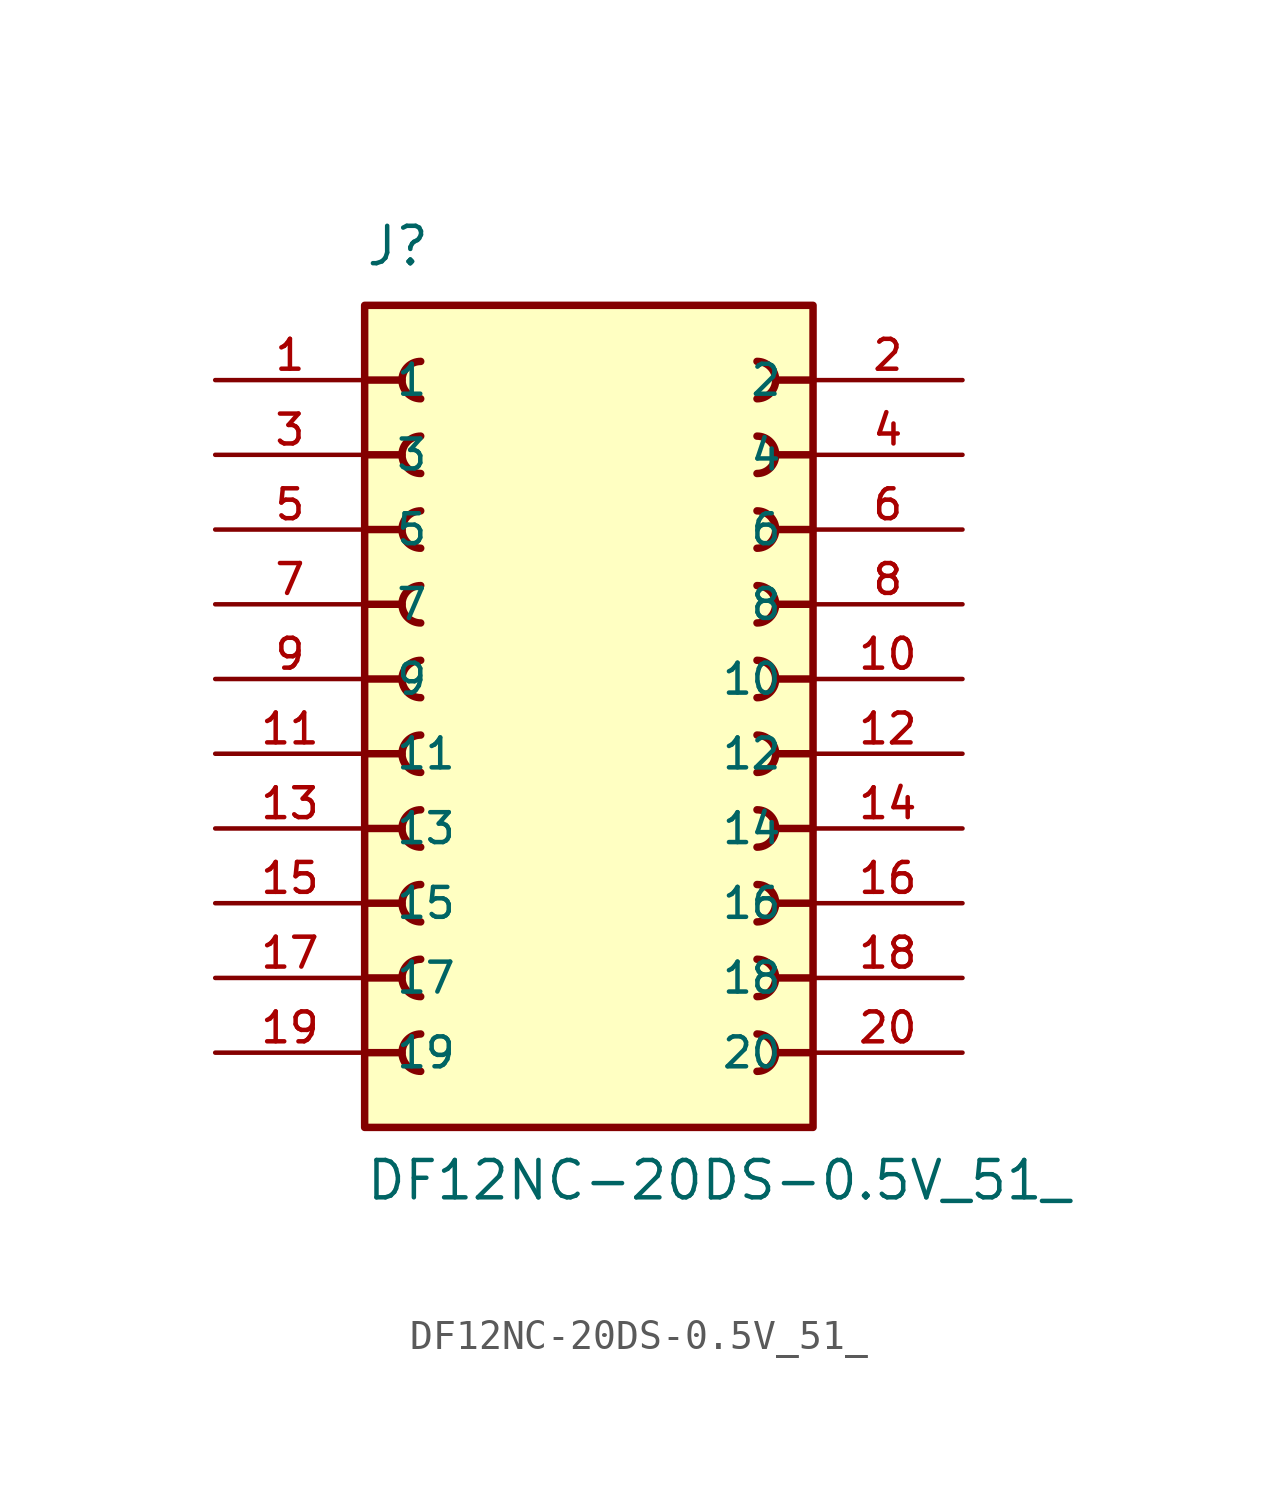
<source format=kicad_sym>
(kicad_symbol_lib
  (version 20211014)
  (generator kicad_symbol_editor)
  (symbol "DF12NC-20DS-0.5V_51_"
    (pin_names
      (offset 1.016))
    (property "Reference" "J"
      (at -7.62 13.97 0)
      (effects (font (size 1.27 1.27)) (justify bottom left)))
    (property "Value" "DF12NC-20DS-0.5V_51_"
      (at -7.62 -17.78 0)
      (effects (font (size 1.27 1.27)) (justify bottom left)))
    (symbol "DF12NC-20DS-0.5V_51__0_0"
      (polyline (pts (xy 7.62 10.16) (xy 6.35 10.16)) (stroke (width 0.254)))
      (arc (start 5.715 9.525) (mid 6.35 10.16) (end 5.715 10.795) (stroke (width 0.254) (type default) (color 0 0 0 0)) (fill (type none)))
      (polyline (pts (xy 7.62 7.62) (xy 6.35 7.62)) (stroke (width 0.254)))
      (arc (start 5.715 6.985) (mid 6.35 7.62) (end 5.715 8.255) (stroke (width 0.254) (type default) (color 0 0 0 0)) (fill (type none)))
      (polyline (pts (xy 7.62 5.08) (xy 6.35 5.08)) (stroke (width 0.254)))
      (arc (start 5.715 4.445) (mid 6.35 5.08) (end 5.715 5.715) (stroke (width 0.254) (type default) (color 0 0 0 0)) (fill (type none)))
      (polyline (pts (xy 7.62 2.54) (xy 6.35 2.54)) (stroke (width 0.254)))
      (arc (start 5.715 1.905) (mid 6.35 2.54) (end 5.715 3.175) (stroke (width 0.254) (type default) (color 0 0 0 0)) (fill (type none)))
      (polyline (pts (xy 7.62 0.0) (xy 6.35 0.0)) (stroke (width 0.254)))
      (arc (start 5.715 -0.635) (mid 6.35 0.0) (end 5.715 0.635) (stroke (width 0.254) (type default) (color 0 0 0 0)) (fill (type none)))
      (polyline (pts (xy 7.62 -2.54) (xy 6.35 -2.54)) (stroke (width 0.254)))
      (arc (start 5.715 -3.175) (mid 6.35 -2.54) (end 5.715 -1.905) (stroke (width 0.254) (type default) (color 0 0 0 0)) (fill (type none)))
      (polyline (pts (xy 7.62 -5.08) (xy 6.35 -5.08)) (stroke (width 0.254)))
      (arc (start 5.715 -5.715) (mid 6.35 -5.08) (end 5.715 -4.445) (stroke (width 0.254) (type default) (color 0 0 0 0)) (fill (type none)))
      (polyline (pts (xy 7.62 -7.62) (xy 6.35 -7.62)) (stroke (width 0.254)))
      (arc (start 5.715 -8.255) (mid 6.35 -7.62) (end 5.715 -6.985) (stroke (width 0.254) (type default) (color 0 0 0 0)) (fill (type none)))
      (polyline (pts (xy 7.62 -10.16) (xy 6.35 -10.16)) (stroke (width 0.254)))
      (arc (start 5.715 -10.795) (mid 6.35 -10.16) (end 5.715 -9.525) (stroke (width 0.254) (type default) (color 0 0 0 0)) (fill (type none)))
      (polyline (pts (xy 7.62 -12.7) (xy 6.35 -12.7)) (stroke (width 0.254)))
      (arc (start 5.715 -13.335) (mid 6.35 -12.7) (end 5.715 -12.065) (stroke (width 0.254) (type default) (color 0 0 0 0)) (fill (type none)))
      (polyline (pts (xy -7.62 -12.7) (xy -6.35 -12.7)) (stroke (width 0.254)))
      (arc (start -5.715 -12.065) (mid -6.35 -12.7) (end -5.715 -13.335) (stroke (width 0.254) (type default) (color 0 0 0 0)) (fill (type none)))
      (polyline (pts (xy -7.62 -10.16) (xy -6.35 -10.16)) (stroke (width 0.254)))
      (arc (start -5.715 -9.525) (mid -6.35 -10.16) (end -5.715 -10.795) (stroke (width 0.254) (type default) (color 0 0 0 0)) (fill (type none)))
      (polyline (pts (xy -7.62 -7.62) (xy -6.35 -7.62)) (stroke (width 0.254)))
      (arc (start -5.715 -6.985) (mid -6.35 -7.62) (end -5.715 -8.255) (stroke (width 0.254) (type default) (color 0 0 0 0)) (fill (type none)))
      (polyline (pts (xy -7.62 -5.08) (xy -6.35 -5.08)) (stroke (width 0.254)))
      (arc (start -5.715 -4.445) (mid -6.35 -5.08) (end -5.715 -5.715) (stroke (width 0.254) (type default) (color 0 0 0 0)) (fill (type none)))
      (polyline (pts (xy -7.62 -2.54) (xy -6.35 -2.54)) (stroke (width 0.254)))
      (arc (start -5.715 -1.905) (mid -6.35 -2.54) (end -5.715 -3.175) (stroke (width 0.254) (type default) (color 0 0 0 0)) (fill (type none)))
      (polyline (pts (xy -7.62 0.0) (xy -6.35 0.0)) (stroke (width 0.254)))
      (arc (start -5.715 0.635) (mid -6.35 -0.0) (end -5.715 -0.635) (stroke (width 0.254) (type default) (color 0 0 0 0)) (fill (type none)))
      (polyline (pts (xy -7.62 2.54) (xy -6.35 2.54)) (stroke (width 0.254)))
      (arc (start -5.715 3.175) (mid -6.35 2.54) (end -5.715 1.905) (stroke (width 0.254) (type default) (color 0 0 0 0)) (fill (type none)))
      (polyline (pts (xy -7.62 5.08) (xy -6.35 5.08)) (stroke (width 0.254)))
      (arc (start -5.715 5.715) (mid -6.35 5.08) (end -5.715 4.445) (stroke (width 0.254) (type default) (color 0 0 0 0)) (fill (type none)))
      (polyline (pts (xy -7.62 7.62) (xy -6.35 7.62)) (stroke (width 0.254)))
      (arc (start -5.715 8.255) (mid -6.35 7.62) (end -5.715 6.985) (stroke (width 0.254) (type default) (color 0 0 0 0)) (fill (type none)))
      (polyline (pts (xy -7.62 10.16) (xy -6.35 10.16)) (stroke (width 0.254)))
      (arc (start -5.715 10.795) (mid -6.35 10.16) (end -5.715 9.525) (stroke (width 0.254) (type default) (color 0 0 0 0)) (fill (type none)))
      (rectangle (start -7.62 -15.24) (end 7.62 12.7) (stroke (width 0.254)) (fill (type background)))
      (pin passive line (at -12.7 10.16 0) (length 5.08) (name "1" (effects (font (size 1.016 1.016)))) (number "1" (effects (font (size 1.016 1.016)))))
      (pin passive line (at 12.7 10.16 180.0) (length 5.08) (name "2" (effects (font (size 1.016 1.016)))) (number "2" (effects (font (size 1.016 1.016)))))
      (pin passive line (at -12.7 7.62 0) (length 5.08) (name "3" (effects (font (size 1.016 1.016)))) (number "3" (effects (font (size 1.016 1.016)))))
      (pin passive line (at 12.7 7.62 180.0) (length 5.08) (name "4" (effects (font (size 1.016 1.016)))) (number "4" (effects (font (size 1.016 1.016)))))
      (pin passive line (at -12.7 5.08 0) (length 5.08) (name "5" (effects (font (size 1.016 1.016)))) (number "5" (effects (font (size 1.016 1.016)))))
      (pin passive line (at 12.7 5.08 180.0) (length 5.08) (name "6" (effects (font (size 1.016 1.016)))) (number "6" (effects (font (size 1.016 1.016)))))
      (pin passive line (at -12.7 2.54 0) (length 5.08) (name "7" (effects (font (size 1.016 1.016)))) (number "7" (effects (font (size 1.016 1.016)))))
      (pin passive line (at 12.7 2.54 180.0) (length 5.08) (name "8" (effects (font (size 1.016 1.016)))) (number "8" (effects (font (size 1.016 1.016)))))
      (pin passive line (at -12.7 0.0 0) (length 5.08) (name "9" (effects (font (size 1.016 1.016)))) (number "9" (effects (font (size 1.016 1.016)))))
      (pin passive line (at 12.7 0.0 180.0) (length 5.08) (name "10" (effects (font (size 1.016 1.016)))) (number "10" (effects (font (size 1.016 1.016)))))
      (pin passive line (at -12.7 -2.54 0) (length 5.08) (name "11" (effects (font (size 1.016 1.016)))) (number "11" (effects (font (size 1.016 1.016)))))
      (pin passive line (at 12.7 -2.54 180.0) (length 5.08) (name "12" (effects (font (size 1.016 1.016)))) (number "12" (effects (font (size 1.016 1.016)))))
      (pin passive line (at -12.7 -5.08 0) (length 5.08) (name "13" (effects (font (size 1.016 1.016)))) (number "13" (effects (font (size 1.016 1.016)))))
      (pin passive line (at 12.7 -5.08 180.0) (length 5.08) (name "14" (effects (font (size 1.016 1.016)))) (number "14" (effects (font (size 1.016 1.016)))))
      (pin passive line (at -12.7 -7.62 0) (length 5.08) (name "15" (effects (font (size 1.016 1.016)))) (number "15" (effects (font (size 1.016 1.016)))))
      (pin passive line (at 12.7 -7.62 180.0) (length 5.08) (name "16" (effects (font (size 1.016 1.016)))) (number "16" (effects (font (size 1.016 1.016)))))
      (pin passive line (at -12.7 -10.16 0) (length 5.08) (name "17" (effects (font (size 1.016 1.016)))) (number "17" (effects (font (size 1.016 1.016)))))
      (pin passive line (at 12.7 -10.16 180.0) (length 5.08) (name "18" (effects (font (size 1.016 1.016)))) (number "18" (effects (font (size 1.016 1.016)))))
      (pin passive line (at -12.7 -12.7 0) (length 5.08) (name "19" (effects (font (size 1.016 1.016)))) (number "19" (effects (font (size 1.016 1.016)))))
      (pin passive line (at 12.7 -12.7 180.0) (length 5.08) (name "20" (effects (font (size 1.016 1.016)))) (number "20" (effects (font (size 1.016 1.016))))))))
</source>
